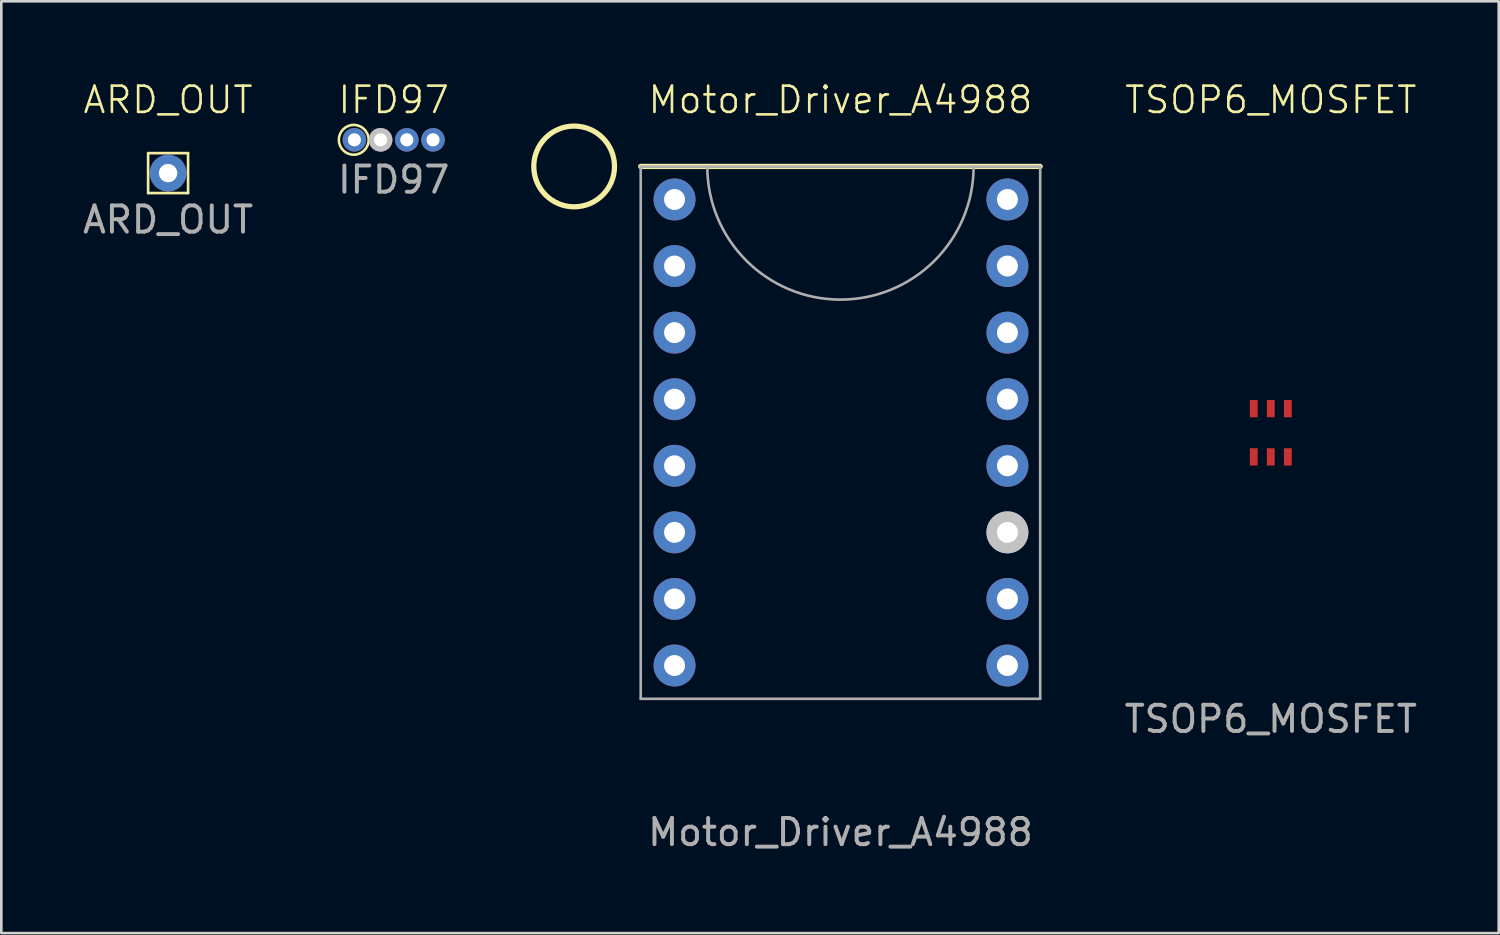
<source format=kicad_pcb>
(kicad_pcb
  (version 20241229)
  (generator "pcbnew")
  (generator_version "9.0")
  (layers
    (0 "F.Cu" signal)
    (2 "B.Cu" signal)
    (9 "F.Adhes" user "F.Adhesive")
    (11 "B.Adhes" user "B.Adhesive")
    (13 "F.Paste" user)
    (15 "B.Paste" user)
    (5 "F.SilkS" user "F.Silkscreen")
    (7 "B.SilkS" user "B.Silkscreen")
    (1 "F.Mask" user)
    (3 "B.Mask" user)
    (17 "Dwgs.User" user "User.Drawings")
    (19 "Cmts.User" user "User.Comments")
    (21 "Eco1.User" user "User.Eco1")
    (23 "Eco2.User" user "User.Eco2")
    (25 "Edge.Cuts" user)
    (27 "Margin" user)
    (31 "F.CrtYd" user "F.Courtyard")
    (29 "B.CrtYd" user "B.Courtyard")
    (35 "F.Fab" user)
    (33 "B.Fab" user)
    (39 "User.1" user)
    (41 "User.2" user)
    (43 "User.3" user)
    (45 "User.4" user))
  (footprint "ARD_OUT"
    (layer "F.Cu")
    (at 3.363 3.554)
    (property "Reference" "ARD_OUT" (at 0 -2.794 0) (unlocked yes) (layer "F.SilkS") (effects (font (size 1 1) (thickness 0.1))))
    (attr through_hole)
    (fp_line (start -0.762 -0.762) (end 0.762 -0.762) (stroke (width 0.1) (type default)) (layer "F.SilkS"))
    (fp_line (start -0.762 0.762) (end -0.762 -0.762) (stroke (width 0.1) (type default)) (layer "F.SilkS"))
    (fp_line (start 0.762 -0.762) (end 0.762 0.762) (stroke (width 0.1) (type default)) (layer "F.SilkS"))
    (fp_line (start 0.762 0.762) (end -0.762 0.762) (stroke (width 0.1) (type default)) (layer "F.SilkS"))
    (fp_text user "${REFERENCE}" (at 0 1.778 0) (unlocked yes) (layer "F.Fab") (effects (font (size 1 1) (thickness 0.15))))
    (pad "1" thru_hole circle (at 0 0) (size 1.4 1.4) (drill 0.7) (layers "*.Cu" "*.Mask")))
  (footprint "IFD97"
    (layer "F.Cu")
    (at 11.97 2.284)
    (property "Reference" "IFD97" (at 0 -1.524 0) (unlocked yes) (layer "F.SilkS") (effects (font (size 1 1) (thickness 0.1))))
    (attr through_hole)
    (fp_circle (center -1.524 0) (end -0.956 0) (stroke (width 0.1) (type default)) (fill no) (layer "F.SilkS"))
    (fp_text user "${REFERENCE}" (at 0 1.524 0) (unlocked yes) (layer "F.Fab") (effects (font (size 1 1) (thickness 0.15))))
    (pad "1" thru_hole circle (at -1.5 0) (size 0.9 0.9) (drill 0.5) (layers "*.Cu" "*.Mask"))
    (pad "2" thru_hole circle (at -0.5 0) (size 0.9 0.9) (drill 0.5) (layers "*.Cu" "*.Mask" "Dwgs.User"))
    (pad "3" thru_hole circle (at 0.5 0) (size 0.9 0.9) (drill 0.5) (layers "*.Cu" "*.Mask"))
    (pad "4" thru_hole circle (at 1.5 0) (size 0.9 0.9) (drill 0.5) (layers "*.Cu" "*.Mask")))
  (footprint "Motor_Driver_A4988"
    (layer "F.Cu")
    (at 29.014 13.46)
    (property "Reference" "Motor_Driver_A4988" (at 0 -12.7 0) (unlocked yes) (layer "F.SilkS") (effects (font (size 1 1) (thickness 0.1))))
    (attr through_hole)
    (fp_line (start -7.62 -10.16) (end 7.62 -10.16) (stroke (width 0.2) (type default)) (layer "F.SilkS"))
    (fp_circle (center -10.16 -10.16) (end -8.62 -10.16) (stroke (width 0.2) (type default)) (fill no) (layer "F.SilkS"))
    (fp_line (start -7.62 -10.15) (end 7.62 -10.15) (stroke (width 0.1) (type default)) (layer "F.Fab"))
    (fp_line (start -7.62 10.15) (end -7.62 -10.15) (stroke (width 0.1) (type default)) (layer "F.Fab"))
    (fp_line (start 7.62 -10.15) (end 7.62 10.15) (stroke (width 0.1) (type default)) (layer "F.Fab"))
    (fp_line (start 7.62 10.15) (end -7.62 10.15) (stroke (width 0.1) (type default)) (layer "F.Fab"))
    (fp_arc (start 5.08 -10.16) (mid 0 -5.08) (end -5.08 -10.16) (stroke (width 0.1) (type default)) (layer "F.Fab"))
    (fp_text user "${REFERENCE}" (at 0 15.24 0) (unlocked yes) (layer "F.Fab") (effects (font (size 1 1) (thickness 0.15))))
    (pad "1" thru_hole circle (at -6.33 -8.9) (size 1.6 1.6) (drill 0.8) (layers "*.Cu" "*.Mask"))
    (pad "2" thru_hole circle (at -6.33 -6.36) (size 1.6 1.6) (drill 0.8) (layers "*.Cu" "*.Mask"))
    (pad "3" thru_hole circle (at -6.33 -3.82) (size 1.6 1.6) (drill 0.8) (layers "*.Cu" "*.Mask"))
    (pad "4" thru_hole circle (at -6.33 -1.28) (size 1.6 1.6) (drill 0.8) (layers "*.Cu" "*.Mask"))
    (pad "5" thru_hole circle (at -6.33 1.26) (size 1.6 1.6) (drill 0.8) (layers "*.Cu" "*.Mask"))
    (pad "6" thru_hole circle (at -6.33 3.8) (size 1.6 1.6) (drill 0.8) (layers "*.Cu" "*.Mask"))
    (pad "7" thru_hole circle (at -6.33 6.34) (size 1.6 1.6) (drill 0.8) (layers "*.Cu" "*.Mask"))
    (pad "8" thru_hole circle (at -6.33 8.88) (size 1.6 1.6) (drill 0.8) (layers "*.Cu" "*.Mask"))
    (pad "9" thru_hole circle (at 6.37 8.88) (size 1.6 1.6) (drill 0.8) (layers "*.Cu" "*.Mask"))
    (pad "10" thru_hole circle (at 6.37 6.34) (size 1.6 1.6) (drill 0.8) (layers "*.Cu" "*.Mask"))
    (pad "11" thru_hole circle (at 6.37 3.8) (size 1.6 1.6) (drill 0.8) (layers "*.Cu" "*.Mask" "Dwgs.User"))
    (pad "12" thru_hole circle (at 6.37 1.26) (size 1.6 1.6) (drill 0.8) (layers "*.Cu" "*.Mask"))
    (pad "13" thru_hole circle (at 6.37 -1.28) (size 1.6 1.6) (drill 0.8) (layers "*.Cu" "*.Mask"))
    (pad "14" thru_hole circle (at 6.37 -3.82) (size 1.6 1.6) (drill 0.8) (layers "*.Cu" "*.Mask"))
    (pad "15" thru_hole circle (at 6.37 -6.36) (size 1.6 1.6) (drill 0.8) (layers "*.Cu" "*.Mask"))
    (pad "16" thru_hole circle (at 6.37 -8.9) (size 1.6 1.6) (drill 0.8) (layers "*.Cu" "*.Mask")))
  (footprint "TSOP6_MOSFET"
    (layer "F.Cu")
    (at 45.431 13.46)
    (property "Reference" "TSOP6_MOSFET" (at 0 -12.7 0) (unlocked yes) (layer "F.SilkS") (effects (font (size 1 1) (thickness 0.1))))
    (attr through_hole)
    (fp_text user "${REFERENCE}" (at 0 10.922 0) (unlocked yes) (layer "F.Fab") (effects (font (size 1 1) (thickness 0.15))))
    (pad "1" smd rect (at -0.65 0.92) (size 0.3 0.66) (layers "F.Cu" "F.Mask" "F.Paste"))
    (pad "2" smd rect (at 0 0.92) (size 0.3 0.66) (layers "F.Cu" "F.Mask" "F.Paste"))
    (pad "3" smd rect (at 0.65 0.92) (size 0.3 0.66) (layers "F.Cu" "F.Mask" "F.Paste"))
    (pad "4" smd rect (at 0.65 -0.92) (size 0.3 0.66) (layers "F.Cu" "F.Mask" "F.Paste"))
    (pad "5" smd rect (at 0 -0.92) (size 0.3 0.66) (layers "F.Cu" "F.Mask" "F.Paste"))
    (pad "6" smd rect (at -0.65 -0.92) (size 0.3 0.66) (layers "F.Cu" "F.Mask" "F.Paste")))
  (gr_rect
    (start -3 -3)
    (end 54.127 32.549)
    (stroke (width 0.1) (type default))
    (fill no)
    (layer "Edge.Cuts")))
</source>
